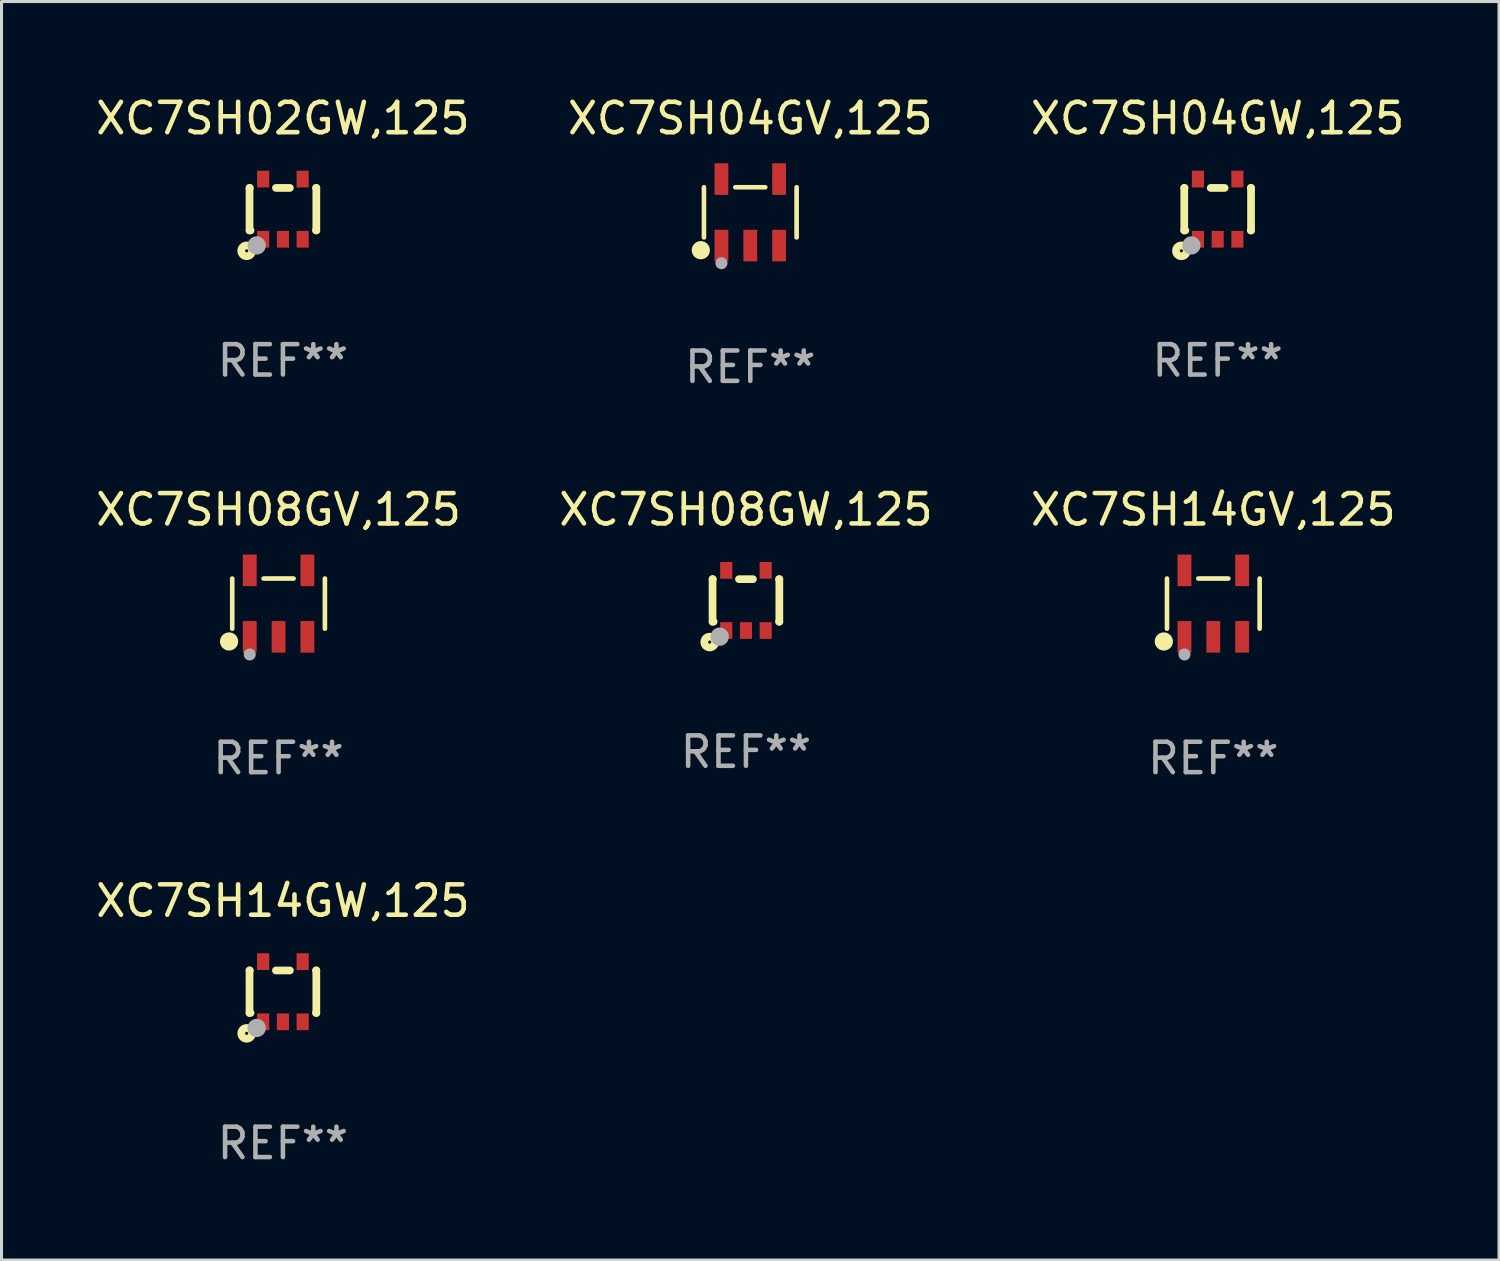
<source format=kicad_pcb>
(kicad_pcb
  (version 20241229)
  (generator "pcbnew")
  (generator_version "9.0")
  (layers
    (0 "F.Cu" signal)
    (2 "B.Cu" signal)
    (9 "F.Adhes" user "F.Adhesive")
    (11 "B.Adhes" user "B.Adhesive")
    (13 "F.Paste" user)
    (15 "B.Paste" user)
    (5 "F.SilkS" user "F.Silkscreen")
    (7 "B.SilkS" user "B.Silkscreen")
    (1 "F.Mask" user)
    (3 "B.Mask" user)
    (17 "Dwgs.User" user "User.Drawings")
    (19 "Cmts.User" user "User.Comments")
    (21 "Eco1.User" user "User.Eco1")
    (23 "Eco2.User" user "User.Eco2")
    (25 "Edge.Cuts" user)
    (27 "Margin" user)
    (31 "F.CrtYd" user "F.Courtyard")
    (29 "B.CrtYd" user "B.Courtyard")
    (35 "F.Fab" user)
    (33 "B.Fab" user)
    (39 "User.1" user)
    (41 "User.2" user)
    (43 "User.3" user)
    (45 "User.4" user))
  (footprint "XC7SH08GW,125"
    (layer "F.Cu")
    (at 21.518 16.725)
    (property "Reference" "XC7SH08GW,125" (at 0 -2.991 0) (layer "F.SilkS") (effects (font (size 1 1) (thickness 0.15))))
    (attr through_hole)
    (fp_line (start -1.1 -0.7) (end -1.1 0.7) (stroke (width 0.254) (type solid)) (layer "F.SilkS"))
    (fp_line (start -1.1 -0.7) (end -1.09 -0.7) (stroke (width 0.254) (type solid)) (layer "F.SilkS"))
    (fp_line (start -1.1 0.7) (end -1.065 0.7) (stroke (width 0.254) (type solid)) (layer "F.SilkS"))
    (fp_line (start -0.23 -0.7) (end 0.23 -0.7) (stroke (width 0.254) (type solid)) (layer "F.SilkS"))
    (fp_line (start 1.09 -0.7) (end 1.1 -0.7) (stroke (width 0.254) (type solid)) (layer "F.SilkS"))
    (fp_line (start 1.09 0.7) (end 1.1 0.7) (stroke (width 0.254) (type solid)) (layer "F.SilkS"))
    (fp_line (start 1.1 -0.7) (end 1.1 0.7) (stroke (width 0.254) (type solid)) (layer "F.SilkS"))
    (fp_circle (center -1.194 1.372) (end -1.143 1.372) (stroke (width 0.254) (type solid)) (fill no) (layer "F.SilkS"))
    (fp_circle (center -1.05 1.063) (end -1.02 1.063) (stroke (width 0.06) (type solid)) (fill no) (layer "F.SilkS"))
    (fp_circle (center -0.864 1.194) (end -0.713 1.194) (stroke (width 0.3) (type solid)) (fill no) (layer "F.Fab"))
    (fp_text user "REF**" (at 0 4.991 0) (layer "F.Fab") (effects (font (size 1 1) (thickness 0.15))))
    (pad "1" smd rect (at -0.65 0.991 180) (size 0.399 0.551) (layers "F.Cu" "F.Mask" "F.Paste"))
    (pad "2" smd rect (at 0 0.991 180) (size 0.399 0.551) (layers "F.Cu" "F.Mask" "F.Paste"))
    (pad "3" smd rect (at 0.65 0.991 180) (size 0.399 0.551) (layers "F.Cu" "F.Mask" "F.Paste"))
    (pad "4" smd rect (at 0.65 -0.991 180) (size 0.399 0.551) (layers "F.Cu" "F.Mask" "F.Paste"))
    (pad "5" smd rect (at -0.65 -0.991 180) (size 0.399 0.551) (layers "F.Cu" "F.Mask" "F.Paste")))
  (footprint "XC7SH14GV,125"
    (layer "F.Cu")
    (at 36.911 16.83)
    (property "Reference" "XC7SH14GV,125" (at 0 -3.095 0) (layer "F.SilkS") (effects (font (size 1 1) (thickness 0.15))))
    (attr through_hole)
    (fp_line (start -1.526 0.826) (end -1.526 -0.826) (stroke (width 0.152) (type solid)) (layer "F.SilkS"))
    (fp_line (start 0.494 -0.826) (end -0.494 -0.826) (stroke (width 0.152) (type solid)) (layer "F.SilkS"))
    (fp_line (start 1.526 0.826) (end 1.526 -0.826) (stroke (width 0.152) (type solid)) (layer "F.SilkS"))
    (fp_circle (center -1.63 1.247) (end -1.48 1.247) (stroke (width 0.3) (type solid)) (fill no) (layer "F.SilkS"))
    (fp_circle (center -1.45 1.375) (end -1.42 1.375) (stroke (width 0.06) (type solid)) (fill no) (layer "F.SilkS"))
    (fp_circle (center -0.95 1.675) (end -0.85 1.675) (stroke (width 0.2) (type solid)) (fill no) (layer "F.Fab"))
    (fp_text user "REF**" (at 0 5.095 0) (layer "F.Fab") (effects (font (size 1 1) (thickness 0.15))))
    (pad "1" smd rect (at -0.95 1.095) (size 0.455 1.04) (layers "F.Cu" "F.Mask" "F.Paste"))
    (pad "2" smd rect (at 0 1.095) (size 0.455 1.04) (layers "F.Cu" "F.Mask" "F.Paste"))
    (pad "3" smd rect (at 0.95 1.095) (size 0.455 1.04) (layers "F.Cu" "F.Mask" "F.Paste"))
    (pad "4" smd rect (at 0.95 -1.095) (size 0.455 1.04) (layers "F.Cu" "F.Mask" "F.Paste"))
    (pad "5" smd rect (at -0.95 -1.095) (size 0.455 1.04) (layers "F.Cu" "F.Mask" "F.Paste")))
  (footprint "XC7SH04GV,125"
    (layer "F.Cu")
    (at 21.661 3.943)
    (property "Reference" "XC7SH04GV,125" (at 0 -3.095 0) (layer "F.SilkS") (effects (font (size 1 1) (thickness 0.15))))
    (attr through_hole)
    (fp_line (start -1.526 0.826) (end -1.526 -0.826) (stroke (width 0.152) (type solid)) (layer "F.SilkS"))
    (fp_line (start 0.494 -0.826) (end -0.494 -0.826) (stroke (width 0.152) (type solid)) (layer "F.SilkS"))
    (fp_line (start 1.526 0.826) (end 1.526 -0.826) (stroke (width 0.152) (type solid)) (layer "F.SilkS"))
    (fp_circle (center -1.63 1.247) (end -1.48 1.247) (stroke (width 0.3) (type solid)) (fill no) (layer "F.SilkS"))
    (fp_circle (center -1.45 1.375) (end -1.42 1.375) (stroke (width 0.06) (type solid)) (fill no) (layer "F.SilkS"))
    (fp_circle (center -0.95 1.675) (end -0.85 1.675) (stroke (width 0.2) (type solid)) (fill no) (layer "F.Fab"))
    (fp_text user "REF**" (at 0 5.095 0) (layer "F.Fab") (effects (font (size 1 1) (thickness 0.15))))
    (pad "1" smd rect (at -0.95 1.095) (size 0.455 1.04) (layers "F.Cu" "F.Mask" "F.Paste"))
    (pad "2" smd rect (at 0 1.095) (size 0.455 1.04) (layers "F.Cu" "F.Mask" "F.Paste"))
    (pad "3" smd rect (at 0.95 1.095) (size 0.455 1.04) (layers "F.Cu" "F.Mask" "F.Paste"))
    (pad "4" smd rect (at 0.95 -1.095) (size 0.455 1.04) (layers "F.Cu" "F.Mask" "F.Paste"))
    (pad "5" smd rect (at -0.95 -1.095) (size 0.455 1.04) (layers "F.Cu" "F.Mask" "F.Paste")))
  (footprint "XC7SH02GW,125"
    (layer "F.Cu")
    (at 6.268 3.839)
    (property "Reference" "XC7SH02GW,125" (at 0 -2.991 0) (layer "F.SilkS") (effects (font (size 1 1) (thickness 0.15))))
    (attr through_hole)
    (fp_line (start -1.1 -0.7) (end -1.1 0.7) (stroke (width 0.254) (type solid)) (layer "F.SilkS"))
    (fp_line (start -1.1 -0.7) (end -1.09 -0.7) (stroke (width 0.254) (type solid)) (layer "F.SilkS"))
    (fp_line (start -1.1 0.7) (end -1.065 0.7) (stroke (width 0.254) (type solid)) (layer "F.SilkS"))
    (fp_line (start -0.23 -0.7) (end 0.23 -0.7) (stroke (width 0.254) (type solid)) (layer "F.SilkS"))
    (fp_line (start 1.09 -0.7) (end 1.1 -0.7) (stroke (width 0.254) (type solid)) (layer "F.SilkS"))
    (fp_line (start 1.09 0.7) (end 1.1 0.7) (stroke (width 0.254) (type solid)) (layer "F.SilkS"))
    (fp_line (start 1.1 -0.7) (end 1.1 0.7) (stroke (width 0.254) (type solid)) (layer "F.SilkS"))
    (fp_circle (center -1.194 1.372) (end -1.143 1.372) (stroke (width 0.254) (type solid)) (fill no) (layer "F.SilkS"))
    (fp_circle (center -1.05 1.063) (end -1.02 1.063) (stroke (width 0.06) (type solid)) (fill no) (layer "F.SilkS"))
    (fp_circle (center -0.864 1.194) (end -0.713 1.194) (stroke (width 0.3) (type solid)) (fill no) (layer "F.Fab"))
    (fp_text user "REF**" (at 0 4.991 0) (layer "F.Fab") (effects (font (size 1 1) (thickness 0.15))))
    (pad "1" smd rect (at -0.65 0.991 180) (size 0.399 0.551) (layers "F.Cu" "F.Mask" "F.Paste"))
    (pad "2" smd rect (at 0 0.991 180) (size 0.399 0.551) (layers "F.Cu" "F.Mask" "F.Paste"))
    (pad "3" smd rect (at 0.65 0.991 180) (size 0.399 0.551) (layers "F.Cu" "F.Mask" "F.Paste"))
    (pad "4" smd rect (at 0.65 -0.991 180) (size 0.399 0.551) (layers "F.Cu" "F.Mask" "F.Paste"))
    (pad "5" smd rect (at -0.65 -0.991 180) (size 0.399 0.551) (layers "F.Cu" "F.Mask" "F.Paste")))
  (footprint "XC7SH08GV,125"
    (layer "F.Cu")
    (at 6.125 16.83)
    (property "Reference" "XC7SH08GV,125" (at 0 -3.095 0) (layer "F.SilkS") (effects (font (size 1 1) (thickness 0.15))))
    (attr through_hole)
    (fp_line (start -1.526 0.826) (end -1.526 -0.826) (stroke (width 0.152) (type solid)) (layer "F.SilkS"))
    (fp_line (start 0.494 -0.826) (end -0.494 -0.826) (stroke (width 0.152) (type solid)) (layer "F.SilkS"))
    (fp_line (start 1.526 0.826) (end 1.526 -0.826) (stroke (width 0.152) (type solid)) (layer "F.SilkS"))
    (fp_circle (center -1.63 1.247) (end -1.48 1.247) (stroke (width 0.3) (type solid)) (fill no) (layer "F.SilkS"))
    (fp_circle (center -1.45 1.375) (end -1.42 1.375) (stroke (width 0.06) (type solid)) (fill no) (layer "F.SilkS"))
    (fp_circle (center -0.95 1.675) (end -0.85 1.675) (stroke (width 0.2) (type solid)) (fill no) (layer "F.Fab"))
    (fp_text user "REF**" (at 0 5.095 0) (layer "F.Fab") (effects (font (size 1 1) (thickness 0.15))))
    (pad "1" smd rect (at -0.95 1.095) (size 0.455 1.04) (layers "F.Cu" "F.Mask" "F.Paste"))
    (pad "2" smd rect (at 0 1.095) (size 0.455 1.04) (layers "F.Cu" "F.Mask" "F.Paste"))
    (pad "3" smd rect (at 0.95 1.095) (size 0.455 1.04) (layers "F.Cu" "F.Mask" "F.Paste"))
    (pad "4" smd rect (at 0.95 -1.095) (size 0.455 1.04) (layers "F.Cu" "F.Mask" "F.Paste"))
    (pad "5" smd rect (at -0.95 -1.095) (size 0.455 1.04) (layers "F.Cu" "F.Mask" "F.Paste")))
  (footprint "XC7SH14GW,125"
    (layer "F.Cu")
    (at 6.268 29.612)
    (property "Reference" "XC7SH14GW,125" (at 0 -2.991 0) (layer "F.SilkS") (effects (font (size 1 1) (thickness 0.15))))
    (attr through_hole)
    (fp_line (start -1.1 -0.7) (end -1.1 0.7) (stroke (width 0.254) (type solid)) (layer "F.SilkS"))
    (fp_line (start -1.1 -0.7) (end -1.09 -0.7) (stroke (width 0.254) (type solid)) (layer "F.SilkS"))
    (fp_line (start -1.1 0.7) (end -1.065 0.7) (stroke (width 0.254) (type solid)) (layer "F.SilkS"))
    (fp_line (start -0.23 -0.7) (end 0.23 -0.7) (stroke (width 0.254) (type solid)) (layer "F.SilkS"))
    (fp_line (start 1.09 -0.7) (end 1.1 -0.7) (stroke (width 0.254) (type solid)) (layer "F.SilkS"))
    (fp_line (start 1.09 0.7) (end 1.1 0.7) (stroke (width 0.254) (type solid)) (layer "F.SilkS"))
    (fp_line (start 1.1 -0.7) (end 1.1 0.7) (stroke (width 0.254) (type solid)) (layer "F.SilkS"))
    (fp_circle (center -1.194 1.372) (end -1.143 1.372) (stroke (width 0.254) (type solid)) (fill no) (layer "F.SilkS"))
    (fp_circle (center -1.05 1.063) (end -1.02 1.063) (stroke (width 0.06) (type solid)) (fill no) (layer "F.SilkS"))
    (fp_circle (center -0.864 1.194) (end -0.713 1.194) (stroke (width 0.3) (type solid)) (fill no) (layer "F.Fab"))
    (fp_text user "REF**" (at 0 4.991 0) (layer "F.Fab") (effects (font (size 1 1) (thickness 0.15))))
    (pad "1" smd rect (at -0.65 0.991 180) (size 0.399 0.551) (layers "F.Cu" "F.Mask" "F.Paste"))
    (pad "2" smd rect (at 0 0.991 180) (size 0.399 0.551) (layers "F.Cu" "F.Mask" "F.Paste"))
    (pad "3" smd rect (at 0.65 0.991 180) (size 0.399 0.551) (layers "F.Cu" "F.Mask" "F.Paste"))
    (pad "4" smd rect (at 0.65 -0.991 180) (size 0.399 0.551) (layers "F.Cu" "F.Mask" "F.Paste"))
    (pad "5" smd rect (at -0.65 -0.991 180) (size 0.399 0.551) (layers "F.Cu" "F.Mask" "F.Paste")))
  (footprint "XC7SH04GW,125"
    (layer "F.Cu")
    (at 37.054 3.839)
    (property "Reference" "XC7SH04GW,125" (at 0 -2.991 0) (layer "F.SilkS") (effects (font (size 1 1) (thickness 0.15))))
    (attr through_hole)
    (fp_line (start -1.1 -0.7) (end -1.1 0.7) (stroke (width 0.254) (type solid)) (layer "F.SilkS"))
    (fp_line (start -1.1 -0.7) (end -1.09 -0.7) (stroke (width 0.254) (type solid)) (layer "F.SilkS"))
    (fp_line (start -1.1 0.7) (end -1.065 0.7) (stroke (width 0.254) (type solid)) (layer "F.SilkS"))
    (fp_line (start -0.23 -0.7) (end 0.23 -0.7) (stroke (width 0.254) (type solid)) (layer "F.SilkS"))
    (fp_line (start 1.09 -0.7) (end 1.1 -0.7) (stroke (width 0.254) (type solid)) (layer "F.SilkS"))
    (fp_line (start 1.09 0.7) (end 1.1 0.7) (stroke (width 0.254) (type solid)) (layer "F.SilkS"))
    (fp_line (start 1.1 -0.7) (end 1.1 0.7) (stroke (width 0.254) (type solid)) (layer "F.SilkS"))
    (fp_circle (center -1.194 1.372) (end -1.143 1.372) (stroke (width 0.254) (type solid)) (fill no) (layer "F.SilkS"))
    (fp_circle (center -1.05 1.063) (end -1.02 1.063) (stroke (width 0.06) (type solid)) (fill no) (layer "F.SilkS"))
    (fp_circle (center -0.864 1.194) (end -0.713 1.194) (stroke (width 0.3) (type solid)) (fill no) (layer "F.Fab"))
    (fp_text user "REF**" (at 0 4.991 0) (layer "F.Fab") (effects (font (size 1 1) (thickness 0.15))))
    (pad "1" smd rect (at -0.65 0.991 180) (size 0.399 0.551) (layers "F.Cu" "F.Mask" "F.Paste"))
    (pad "2" smd rect (at 0 0.991 180) (size 0.399 0.551) (layers "F.Cu" "F.Mask" "F.Paste"))
    (pad "3" smd rect (at 0.65 0.991 180) (size 0.399 0.551) (layers "F.Cu" "F.Mask" "F.Paste"))
    (pad "4" smd rect (at 0.65 -0.991 180) (size 0.399 0.551) (layers "F.Cu" "F.Mask" "F.Paste"))
    (pad "5" smd rect (at -0.65 -0.991 180) (size 0.399 0.551) (layers "F.Cu" "F.Mask" "F.Paste")))
  (gr_rect
    (start -3 -3)
    (end 46.321 38.451)
    (stroke (width 0.1) (type default))
    (fill no)
    (layer "Edge.Cuts")))
</source>
